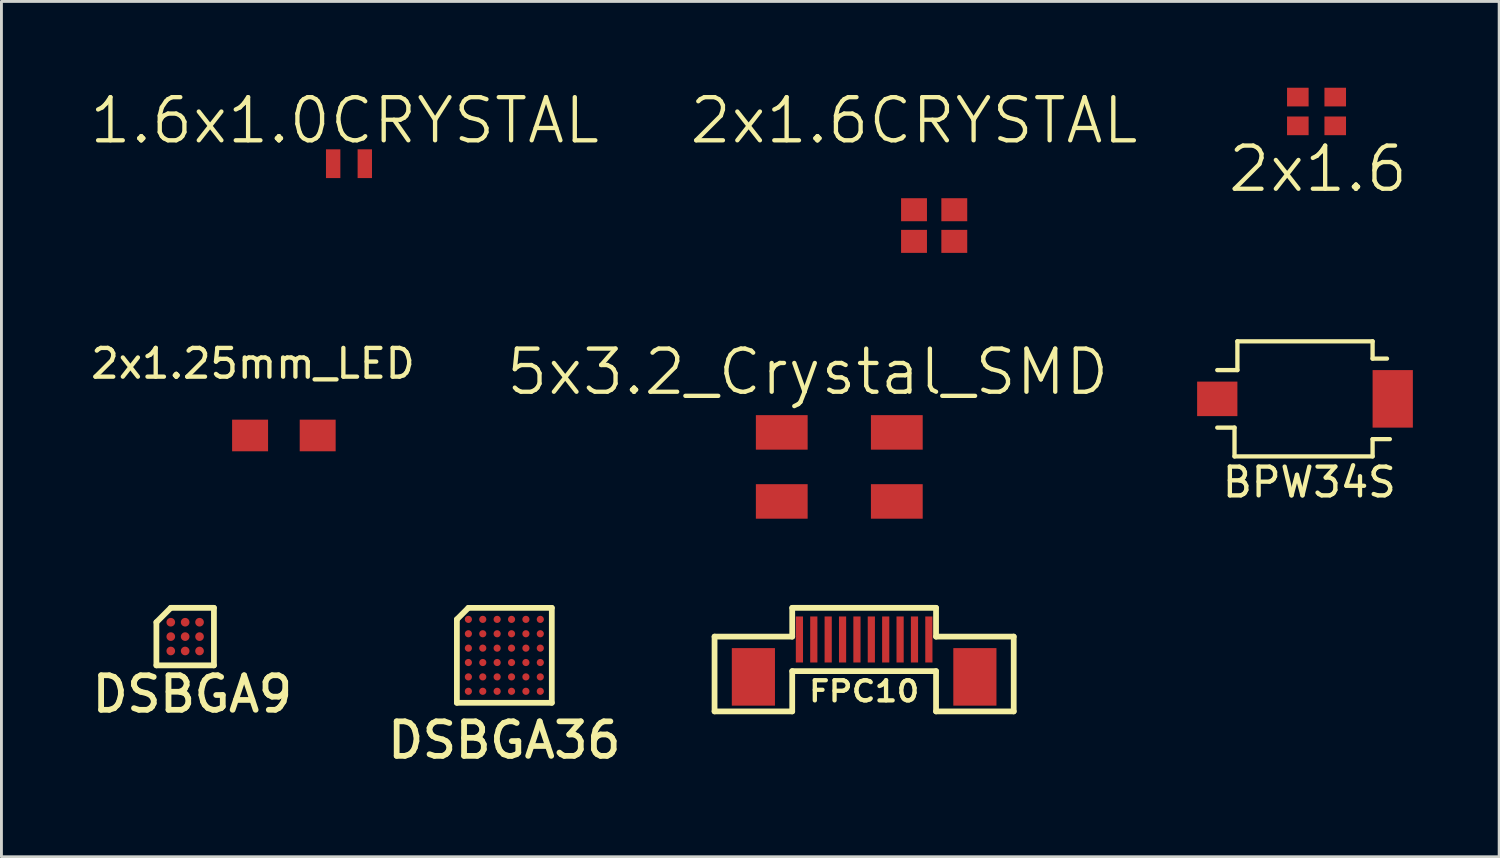
<source format=kicad_pcb>
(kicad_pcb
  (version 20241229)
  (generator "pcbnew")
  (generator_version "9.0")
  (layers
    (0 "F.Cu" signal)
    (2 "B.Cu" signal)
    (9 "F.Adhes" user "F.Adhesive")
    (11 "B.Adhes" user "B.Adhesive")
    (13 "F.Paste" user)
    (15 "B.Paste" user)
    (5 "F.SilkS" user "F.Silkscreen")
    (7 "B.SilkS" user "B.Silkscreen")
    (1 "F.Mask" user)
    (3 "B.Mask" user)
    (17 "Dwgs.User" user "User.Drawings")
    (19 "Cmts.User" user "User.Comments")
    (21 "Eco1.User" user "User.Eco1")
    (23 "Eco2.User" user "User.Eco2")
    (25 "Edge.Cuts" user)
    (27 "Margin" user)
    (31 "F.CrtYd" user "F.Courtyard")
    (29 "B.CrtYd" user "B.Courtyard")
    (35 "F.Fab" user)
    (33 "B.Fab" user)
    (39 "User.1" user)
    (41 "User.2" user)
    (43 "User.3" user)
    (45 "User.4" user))
  (footprint "DSBGA36"
    (layer "F.Cu")
    (at 14.483 19.732)
    (property "Reference" "DSBGA36" (at 0 2.95 0) (layer "F.SilkS") (effects (font (size 1.2 1.2) (thickness 0.2))))
    (attr through_hole)
    (fp_line (start -1.65 -1.25) (end -1.65 1.65) (stroke (width 0.2) (type solid)) (layer "F.SilkS"))
    (fp_line (start -1.65 1.65) (end 1.65 1.65) (stroke (width 0.2) (type solid)) (layer "F.SilkS"))
    (fp_line (start -1.25 -1.65) (end -1.65 -1.25) (stroke (width 0.2) (type solid)) (layer "F.SilkS"))
    (fp_line (start 1.65 -1.65) (end -1.25 -1.65) (stroke (width 0.2) (type solid)) (layer "F.SilkS"))
    (fp_line (start 1.65 1.65) (end 1.65 -1.65) (stroke (width 0.2) (type solid)) (layer "F.SilkS"))
    (pad "A1" smd circle (at -1.25 -1.25) (size 0.25 0.25) (layers "F.Cu" "F.Mask" "F.Paste"))
    (pad "A2" smd circle (at -0.75 -1.25) (size 0.25 0.25) (layers "F.Cu" "F.Mask" "F.Paste"))
    (pad "A3" smd circle (at -0.25 -1.25) (size 0.25 0.25) (layers "F.Cu" "F.Mask" "F.Paste"))
    (pad "A4" smd circle (at 0.25 -1.25) (size 0.25 0.25) (layers "F.Cu" "F.Mask" "F.Paste"))
    (pad "A5" smd circle (at 0.75 -1.25) (size 0.25 0.25) (layers "F.Cu" "F.Mask" "F.Paste"))
    (pad "A6" smd circle (at 1.25 -1.25) (size 0.25 0.25) (layers "F.Cu" "F.Mask" "F.Paste"))
    (pad "B1" smd circle (at -1.25 -0.75) (size 0.25 0.25) (layers "F.Cu" "F.Mask" "F.Paste"))
    (pad "B2" smd circle (at -0.75 -0.75) (size 0.25 0.25) (layers "F.Cu" "F.Mask" "F.Paste"))
    (pad "B3" smd circle (at -0.25 -0.75) (size 0.25 0.25) (layers "F.Cu" "F.Mask" "F.Paste"))
    (pad "B4" smd circle (at 0.25 -0.75) (size 0.25 0.25) (layers "F.Cu" "F.Mask" "F.Paste"))
    (pad "B5" smd circle (at 0.75 -0.75) (size 0.25 0.25) (layers "F.Cu" "F.Mask" "F.Paste"))
    (pad "B6" smd circle (at 1.25 -0.75) (size 0.25 0.25) (layers "F.Cu" "F.Mask" "F.Paste"))
    (pad "C1" smd circle (at -1.25 -0.25) (size 0.25 0.25) (layers "F.Cu" "F.Mask" "F.Paste"))
    (pad "C2" smd circle (at -0.75 -0.25) (size 0.25 0.25) (layers "F.Cu" "F.Mask" "F.Paste"))
    (pad "C3" smd circle (at -0.25 -0.25) (size 0.25 0.25) (layers "F.Cu" "F.Mask" "F.Paste"))
    (pad "C4" smd circle (at 0.25 -0.25) (size 0.25 0.25) (layers "F.Cu" "F.Mask" "F.Paste"))
    (pad "C5" smd circle (at 0.75 -0.25) (size 0.25 0.25) (layers "F.Cu" "F.Mask" "F.Paste"))
    (pad "C6" smd circle (at 1.25 -0.25) (size 0.25 0.25) (layers "F.Cu" "F.Mask" "F.Paste"))
    (pad "D1" smd circle (at -1.25 0.25) (size 0.25 0.25) (layers "F.Cu" "F.Mask" "F.Paste"))
    (pad "D2" smd circle (at -0.75 0.25) (size 0.25 0.25) (layers "F.Cu" "F.Mask" "F.Paste"))
    (pad "D3" smd circle (at -0.25 0.25) (size 0.25 0.25) (layers "F.Cu" "F.Mask" "F.Paste"))
    (pad "D4" smd circle (at 0.25 0.25) (size 0.25 0.25) (layers "F.Cu" "F.Mask" "F.Paste"))
    (pad "D5" smd circle (at 0.75 0.25) (size 0.25 0.25) (layers "F.Cu" "F.Mask" "F.Paste"))
    (pad "D6" smd circle (at 1.25 0.25) (size 0.25 0.25) (layers "F.Cu" "F.Mask" "F.Paste"))
    (pad "E1" smd circle (at -1.25 0.75) (size 0.25 0.25) (layers "F.Cu" "F.Mask" "F.Paste"))
    (pad "E2" smd circle (at -0.75 0.75) (size 0.25 0.25) (layers "F.Cu" "F.Mask" "F.Paste"))
    (pad "E3" smd circle (at -0.25 0.75) (size 0.25 0.25) (layers "F.Cu" "F.Mask" "F.Paste"))
    (pad "E4" smd circle (at 0.25 0.75) (size 0.25 0.25) (layers "F.Cu" "F.Mask" "F.Paste"))
    (pad "E5" smd circle (at 0.75 0.75) (size 0.25 0.25) (layers "F.Cu" "F.Mask" "F.Paste"))
    (pad "E6" smd circle (at 1.25 0.75) (size 0.25 0.25) (layers "F.Cu" "F.Mask" "F.Paste"))
    (pad "F1" smd circle (at -1.25 1.25) (size 0.25 0.25) (layers "F.Cu" "F.Mask" "F.Paste"))
    (pad "F2" smd circle (at -0.75 1.25) (size 0.25 0.25) (layers "F.Cu" "F.Mask" "F.Paste"))
    (pad "F3" smd circle (at -0.25 1.25) (size 0.25 0.25) (layers "F.Cu" "F.Mask" "F.Paste"))
    (pad "F4" smd circle (at 0.25 1.25) (size 0.25 0.25) (layers "F.Cu" "F.Mask" "F.Paste"))
    (pad "F5" smd circle (at 0.75 1.25) (size 0.25 0.25) (layers "F.Cu" "F.Mask" "F.Paste"))
    (pad "F6" smd circle (at 1.25 1.25) (size 0.25 0.25) (layers "F.Cu" "F.Mask" "F.Paste")))
  (footprint "2x1.25mm_LED"
    (layer "F.Cu")
    (at 6.844 12.089)
    (property "Reference" "2x1.25mm_LED" (at -1.1 -2.5 0) (layer "F.SilkS") (effects (font (size 1 1) (thickness 0.15))))
    (attr through_hole)
    (pad "1" smd rect (at -1.2 0) (size 1.25 1.1) (layers "F.Cu" "F.Mask" "F.Paste"))
    (pad "2" smd rect (at 1.15 0) (size 1.25 1.1) (layers "F.Cu" "F.Mask" "F.Paste")))
  (footprint "BPW34S"
    (layer "F.Cu")
    (at 42.467 10.816)
    (property "Reference" "BPW34S" (at 0 2.9 0) (layer "F.SilkS") (effects (font (size 1 1) (thickness 0.15))))
    (attr through_hole)
    (fp_line (start -3.2 -1) (end -2.5 -1) (stroke (width 0.15) (type solid)) (layer "F.SilkS"))
    (fp_line (start -2.6 1) (end -3.2 1) (stroke (width 0.15) (type solid)) (layer "F.SilkS"))
    (fp_line (start -2.6 2) (end -2.6 1) (stroke (width 0.15) (type solid)) (layer "F.SilkS"))
    (fp_line (start -2.5 -2) (end 2.2 -2) (stroke (width 0.15) (type solid)) (layer "F.SilkS"))
    (fp_line (start -2.5 -1) (end -2.5 -2) (stroke (width 0.15) (type solid)) (layer "F.SilkS"))
    (fp_line (start 2.2 -2) (end 2.2 -1.4) (stroke (width 0.15) (type solid)) (layer "F.SilkS"))
    (fp_line (start 2.2 -1.4) (end 2.7 -1.4) (stroke (width 0.15) (type solid)) (layer "F.SilkS"))
    (fp_line (start 2.2 1.4) (end 2.2 2) (stroke (width 0.15) (type solid)) (layer "F.SilkS"))
    (fp_line (start 2.2 2) (end -2.6 2) (stroke (width 0.15) (type solid)) (layer "F.SilkS"))
    (fp_line (start 2.8 1.4) (end 2.2 1.4) (stroke (width 0.15) (type solid)) (layer "F.SilkS"))
    (pad "1" smd rect (at -3.2 0) (size 1.4 1.2) (layers "F.Cu" "F.Mask" "F.Paste"))
    (pad "2" smd rect (at 2.9 0) (size 1.4 2) (layers "F.Cu" "F.Mask" "F.Paste")))
  (footprint "2x1.6CRYSTAL"
    (layer "F.Cu")
    (at 28.725 4.241)
    (property "Reference" "2x1.6CRYSTAL" (at 0 -3.1 0) (layer "F.SilkS") (effects (font (size 1.5 1.5) (thickness 0.15))))
    (attr through_hole)
    (pad "1" smd rect (at 0 1.1) (size 0.9 0.8) (layers "F.Cu" "F.Mask" "F.Paste"))
    (pad "2" smd rect (at 1.4 0) (size 0.9 0.8) (layers "F.Cu" "F.Mask" "F.Paste"))
    (pad "3" smd rect (at 0 0) (size 0.9 0.8) (layers "F.Cu" "F.Mask" "F.Paste"))
    (pad "3" smd rect (at 1.4 1.1) (size 0.9 0.8) (layers "F.Cu" "F.Mask" "F.Paste")))
  (footprint "5x3.2_Crystal_SMD"
    (layer "F.Cu")
    (at 24.127 11.982)
    (property "Reference" "5x3.2_Crystal_SMD" (at 0.9 -2.1 0) (layer "F.SilkS") (effects (font (size 1.5 1.5) (thickness 0.15))))
    (attr through_hole)
    (pad "1" smd rect (at 0 2.4) (size 1.8 1.2) (layers "F.Cu" "F.Mask" "F.Paste"))
    (pad "2" smd rect (at 4 0) (size 1.8 1.2) (layers "F.Cu" "F.Mask" "F.Paste"))
    (pad "3" smd rect (at 0 0) (size 1.8 1.2) (layers "F.Cu" "F.Mask" "F.Paste"))
    (pad "3" smd rect (at 4 2.4) (size 1.8 1.2) (layers "F.Cu" "F.Mask" "F.Paste")))
  (footprint "1.6x1.0CRYSTAL"
    (layer "F.Cu")
    (at 8.532 2.641)
    (property "Reference" "1.6x1.0CRYSTAL" (at 0.4 -1.5 0) (layer "F.SilkS") (effects (font (size 1.5 1.5) (thickness 0.15))))
    (attr through_hole)
    (pad "1" smd rect (at 0 0) (size 0.5 1) (layers "F.Cu" "F.Mask" "F.Paste"))
    (pad "2" smd rect (at 1.1 0) (size 0.5 1) (layers "F.Cu" "F.Mask" "F.Paste")))
  (footprint "DSBGA9"
    (layer "F.Cu")
    (at 3.387 19.081)
    (property "Reference" "DSBGA9" (at 0.25 2 0) (layer "F.SilkS") (effects (font (size 1.2 1.2) (thickness 0.2))))
    (attr through_hole)
    (fp_line (start -1 -0.5) (end -1 1) (stroke (width 0.2) (type solid)) (layer "F.SilkS"))
    (fp_line (start -1 1) (end 1 1) (stroke (width 0.2) (type solid)) (layer "F.SilkS"))
    (fp_line (start -0.5 -1) (end -1 -0.5) (stroke (width 0.2) (type solid)) (layer "F.SilkS"))
    (fp_line (start 1 -1) (end -0.5 -1) (stroke (width 0.2) (type solid)) (layer "F.SilkS"))
    (fp_line (start 1 1) (end 1 -1) (stroke (width 0.2) (type solid)) (layer "F.SilkS"))
    (pad "A1" smd circle (at -0.5 -0.5) (size 0.3 0.3) (layers "F.Cu" "F.Mask" "F.Paste"))
    (pad "A2" smd circle (at 0 -0.5) (size 0.3 0.3) (layers "F.Cu" "F.Mask" "F.Paste"))
    (pad "A3" smd circle (at 0.5 -0.5) (size 0.3 0.3) (layers "F.Cu" "F.Mask" "F.Paste"))
    (pad "B1" smd circle (at -0.5 0) (size 0.3 0.3) (layers "F.Cu" "F.Mask" "F.Paste"))
    (pad "B2" smd circle (at 0 0) (size 0.3 0.3) (layers "F.Cu" "F.Mask" "F.Paste"))
    (pad "B3" smd circle (at 0.5 0) (size 0.3 0.3) (layers "F.Cu" "F.Mask" "F.Paste"))
    (pad "C1" smd circle (at -0.5 0.5) (size 0.3 0.3) (layers "F.Cu" "F.Mask" "F.Paste"))
    (pad "C2" smd circle (at 0 0.5) (size 0.3 0.3) (layers "F.Cu" "F.Mask" "F.Paste"))
    (pad "C3" smd circle (at 0.5 0.5) (size 0.3 0.3) (layers "F.Cu" "F.Mask" "F.Paste")))
  (footprint "2x1.6"
    (layer "F.Cu")
    (at 42.068 0.325)
    (property "Reference" "2x1.6" (at 0.7 2.5 0) (layer "F.SilkS") (effects (font (size 1.5 1.5) (thickness 0.15))))
    (attr through_hole)
    (pad "1" smd rect (at 0 1) (size 0.75 0.65) (layers "F.Cu" "F.Mask" "F.Paste"))
    (pad "2" smd rect (at 1.3 0) (size 0.75 0.65) (layers "F.Cu" "F.Mask" "F.Paste"))
    (pad "3" smd rect (at 0 0) (size 0.75 0.65) (layers "F.Cu" "F.Mask" "F.Paste"))
    (pad "3" smd rect (at 1.3 1) (size 0.75 0.65) (layers "F.Cu" "F.Mask" "F.Paste")))
  (footprint "FPC10"
    (layer "F.Cu")
    (at 26.991 19.181)
    (property "Reference" "FPC10" (at 0 1.8 0) (layer "F.SilkS") (effects (font (size 0.7 0.8) (thickness 0.15))))
    (attr through_hole)
    (fp_line (start -5.2 -0.1) (end -2.5 -0.1) (stroke (width 0.2) (type solid)) (layer "F.SilkS"))
    (fp_line (start -5.2 2.5) (end -5.2 -0.1) (stroke (width 0.2) (type solid)) (layer "F.SilkS"))
    (fp_line (start -2.5 -1.1) (end 2.5 -1.1) (stroke (width 0.2) (type solid)) (layer "F.SilkS"))
    (fp_line (start -2.5 -0.1) (end -2.5 -1.1) (stroke (width 0.2) (type solid)) (layer "F.SilkS"))
    (fp_line (start -2.5 1.1) (end -2.5 2.5) (stroke (width 0.2) (type solid)) (layer "F.SilkS"))
    (fp_line (start -2.5 1.1) (end 2.5 1.1) (stroke (width 0.2) (type solid)) (layer "F.SilkS"))
    (fp_line (start -2.5 2.5) (end -5.2 2.5) (stroke (width 0.2) (type solid)) (layer "F.SilkS"))
    (fp_line (start 2.5 -0.1) (end 2.5 -1.1) (stroke (width 0.2) (type solid)) (layer "F.SilkS"))
    (fp_line (start 2.5 1.1) (end 2.5 2.5) (stroke (width 0.2) (type solid)) (layer "F.SilkS"))
    (fp_line (start 2.5 2.5) (end 5.2 2.5) (stroke (width 0.2) (type solid)) (layer "F.SilkS"))
    (fp_line (start 5.2 -0.1) (end 2.5 -0.1) (stroke (width 0.2) (type solid)) (layer "F.SilkS"))
    (fp_line (start 5.2 2.5) (end 5.2 -0.1) (stroke (width 0.2) (type solid)) (layer "F.SilkS"))
    (pad "0" smd rect (at -3.85 1.3) (size 1.5 2) (layers "F.Cu" "F.Mask" "F.Paste"))
    (pad "0" smd rect (at 3.85 1.3) (size 1.5 2) (layers "F.Cu" "F.Mask" "F.Paste"))
    (pad "1" smd rect (at -2.25 0) (size 0.25 1.6) (layers "F.Cu" "F.Mask" "F.Paste"))
    (pad "2" smd rect (at -1.75 0) (size 0.25 1.6) (layers "F.Cu" "F.Mask" "F.Paste"))
    (pad "3" smd rect (at -1.25 0) (size 0.25 1.6) (layers "F.Cu" "F.Mask" "F.Paste"))
    (pad "4" smd rect (at -0.75 0) (size 0.25 1.6) (layers "F.Cu" "F.Mask" "F.Paste"))
    (pad "5" smd rect (at -0.25 0) (size 0.25 1.6) (layers "F.Cu" "F.Mask" "F.Paste"))
    (pad "6" smd rect (at 0.25 0) (size 0.25 1.6) (layers "F.Cu" "F.Mask" "F.Paste"))
    (pad "7" smd rect (at 0.75 0) (size 0.25 1.6) (layers "F.Cu" "F.Mask" "F.Paste"))
    (pad "8" smd rect (at 1.25 0) (size 0.25 1.6) (layers "F.Cu" "F.Mask" "F.Paste"))
    (pad "9" smd rect (at 1.75 0) (size 0.25 1.6) (layers "F.Cu" "F.Mask" "F.Paste"))
    (pad "10" smd rect (at 2.25 0) (size 0.25 1.6) (layers "F.Cu" "F.Mask" "F.Paste")))
  (gr_rect
    (start -3 -3)
    (end 49.067 26.735)
    (stroke (width 0.1) (type default))
    (fill no)
    (layer "Edge.Cuts")))
</source>
